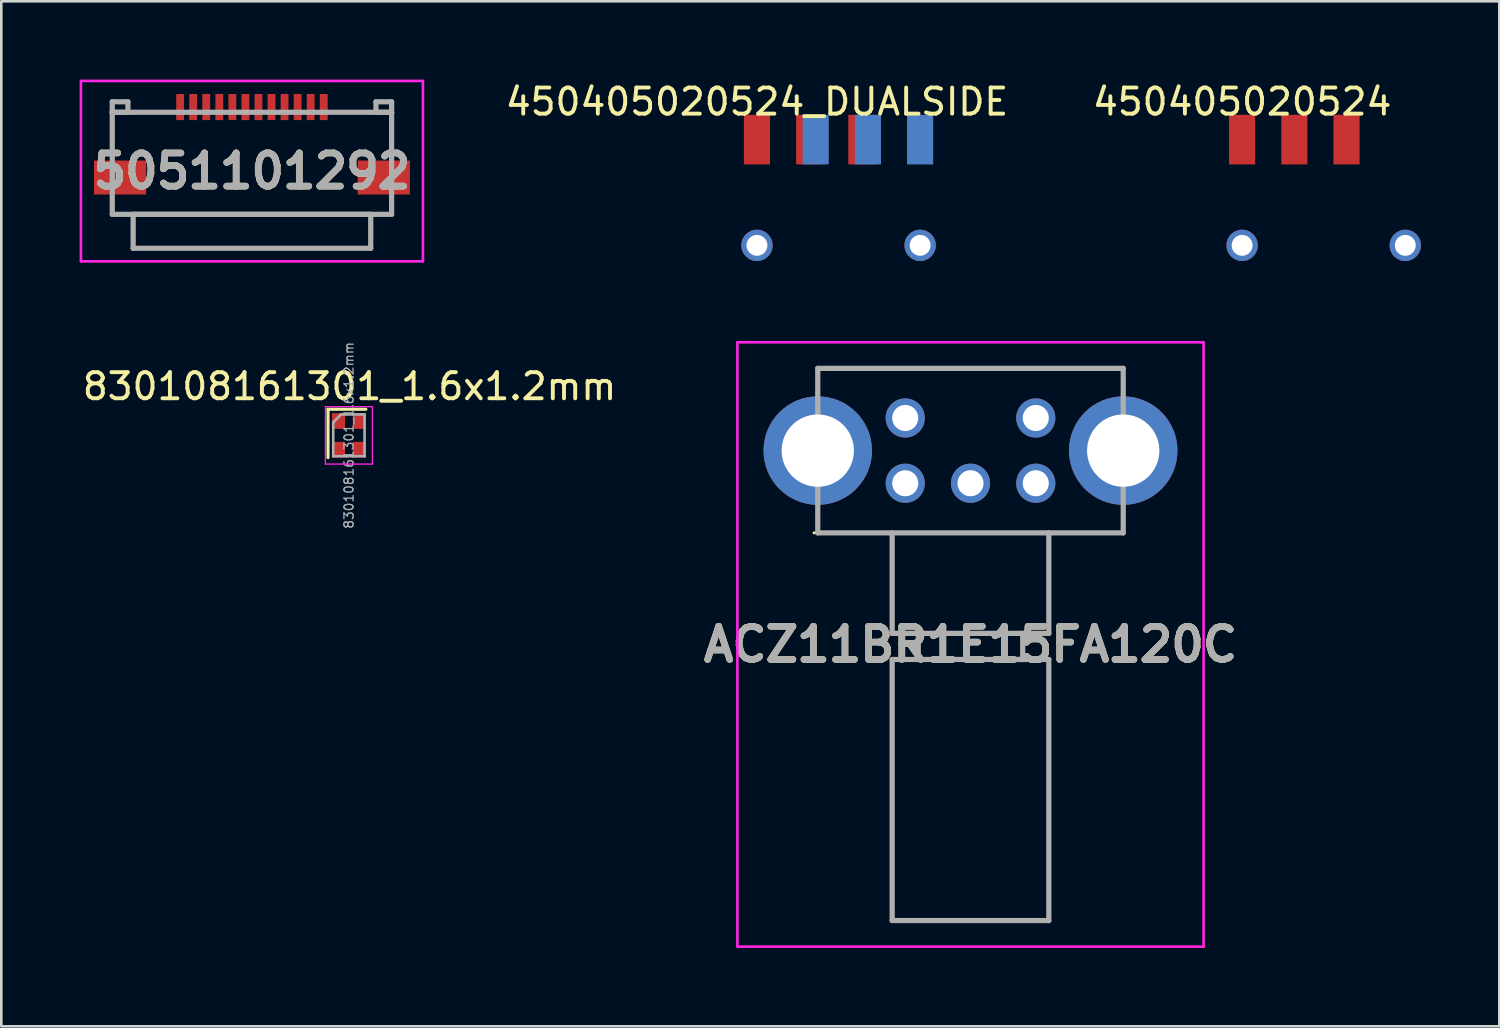
<source format=kicad_pcb>
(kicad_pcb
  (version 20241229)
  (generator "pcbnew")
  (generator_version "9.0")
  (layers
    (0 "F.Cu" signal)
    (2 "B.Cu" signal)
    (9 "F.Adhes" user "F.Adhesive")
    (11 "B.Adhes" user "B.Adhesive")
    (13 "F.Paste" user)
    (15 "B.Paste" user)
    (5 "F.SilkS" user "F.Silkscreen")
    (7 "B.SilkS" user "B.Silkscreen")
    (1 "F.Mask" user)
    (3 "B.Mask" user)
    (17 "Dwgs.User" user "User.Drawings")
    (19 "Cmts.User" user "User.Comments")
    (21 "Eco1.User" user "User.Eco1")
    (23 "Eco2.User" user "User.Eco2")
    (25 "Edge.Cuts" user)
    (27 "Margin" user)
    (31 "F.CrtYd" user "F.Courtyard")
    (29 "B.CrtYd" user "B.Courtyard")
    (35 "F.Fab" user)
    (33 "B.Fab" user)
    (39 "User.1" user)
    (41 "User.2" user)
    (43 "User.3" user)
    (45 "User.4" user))
  (footprint "5051101292"
    (layer "F.Cu")
    (at 6.6 3.505)
    (property "Reference" "5051101292" (at 0 0 0) (layer "F.SilkS") (effects (font (size 1.27 1.27) (thickness 0.254))))
    (attr smd)
    (fp_line (start -5.35 -2.255) (end -5.35 -0.755) (stroke (width 0.1) (type solid)) (layer "F.SilkS"))
    (fp_line (start -5.35 1.245) (end -5.35 1.655) (stroke (width 0.1) (type solid)) (layer "F.SilkS"))
    (fp_line (start -5.35 1.655) (end 5.35 1.655) (stroke (width 0.1) (type solid)) (layer "F.SilkS"))
    (fp_line (start -3.5 -2.255) (end -5.35 -2.255) (stroke (width 0.1) (type solid)) (layer "F.SilkS"))
    (fp_line (start 3.5 -2.255) (end 5.35 -2.255) (stroke (width 0.1) (type solid)) (layer "F.SilkS"))
    (fp_line (start 5.35 -2.255) (end 5.35 -0.755) (stroke (width 0.1) (type solid)) (layer "F.SilkS"))
    (fp_line (start 5.35 1.655) (end 5.35 1.245) (stroke (width 0.1) (type solid)) (layer "F.SilkS"))
    (fp_line (start -6.55 -3.455) (end 6.55 -3.455) (stroke (width 0.1) (type solid)) (layer "F.CrtYd"))
    (fp_line (start -6.55 3.455) (end -6.55 -3.455) (stroke (width 0.1) (type solid)) (layer "F.CrtYd"))
    (fp_line (start 6.55 -3.455) (end 6.55 3.455) (stroke (width 0.1) (type solid)) (layer "F.CrtYd"))
    (fp_line (start 6.55 3.455) (end -6.55 3.455) (stroke (width 0.1) (type solid)) (layer "F.CrtYd"))
    (fp_line (start -5.35 -2.655) (end -5.35 -2.255) (stroke (width 0.2) (type solid)) (layer "F.Fab"))
    (fp_line (start -5.35 -2.255) (end -4.75 -2.255) (stroke (width 0.2) (type solid)) (layer "F.Fab"))
    (fp_line (start -5.35 -2.255) (end 5.35 -2.255) (stroke (width 0.2) (type solid)) (layer "F.Fab"))
    (fp_line (start -5.35 1.655) (end -5.35 -2.255) (stroke (width 0.2) (type solid)) (layer "F.Fab"))
    (fp_line (start -4.75 -2.655) (end -5.35 -2.655) (stroke (width 0.2) (type solid)) (layer "F.Fab"))
    (fp_line (start -4.75 -2.255) (end -4.75 -2.655) (stroke (width 0.2) (type solid)) (layer "F.Fab"))
    (fp_line (start -4.55 1.655) (end 4.55 1.655) (stroke (width 0.2) (type solid)) (layer "F.Fab"))
    (fp_line (start -4.55 2.955) (end -4.55 1.655) (stroke (width 0.2) (type solid)) (layer "F.Fab"))
    (fp_line (start 4.55 1.655) (end 4.55 2.955) (stroke (width 0.2) (type solid)) (layer "F.Fab"))
    (fp_line (start 4.55 2.955) (end -4.55 2.955) (stroke (width 0.2) (type solid)) (layer "F.Fab"))
    (fp_line (start 4.75 -2.655) (end 5.35 -2.655) (stroke (width 0.2) (type solid)) (layer "F.Fab"))
    (fp_line (start 4.75 -2.255) (end 4.75 -2.655) (stroke (width 0.2) (type solid)) (layer "F.Fab"))
    (fp_line (start 5.35 -2.655) (end 5.35 -2.255) (stroke (width 0.2) (type solid)) (layer "F.Fab"))
    (fp_line (start 5.35 -2.255) (end 4.75 -2.255) (stroke (width 0.2) (type solid)) (layer "F.Fab"))
    (fp_line (start 5.35 -2.255) (end 5.35 1.655) (stroke (width 0.2) (type solid)) (layer "F.Fab"))
    (fp_line (start 5.35 1.655) (end -5.35 1.655) (stroke (width 0.2) (type solid)) (layer "F.Fab"))
    (fp_text user "${REFERENCE}" (at 0 0 0) (layer "F.Fab") (effects (font (size 1.27 1.27) (thickness 0.254))))
    (pad "1" smd rect (at -2.75 -2.455) (size 0.3 1) (layers "F.Cu" "F.Mask" "F.Paste"))
    (pad "2" smd rect (at -2.25 -2.455) (size 0.3 1) (layers "F.Cu" "F.Mask" "F.Paste"))
    (pad "3" smd rect (at -1.75 -2.455) (size 0.3 1) (layers "F.Cu" "F.Mask" "F.Paste"))
    (pad "4" smd rect (at -1.25 -2.455) (size 0.3 1) (layers "F.Cu" "F.Mask" "F.Paste"))
    (pad "5" smd rect (at -0.75 -2.455) (size 0.3 1) (layers "F.Cu" "F.Mask" "F.Paste"))
    (pad "6" smd rect (at -0.25 -2.455) (size 0.3 1) (layers "F.Cu" "F.Mask" "F.Paste"))
    (pad "7" smd rect (at 0.25 -2.455) (size 0.3 1) (layers "F.Cu" "F.Mask" "F.Paste"))
    (pad "8" smd rect (at 0.75 -2.455) (size 0.3 1) (layers "F.Cu" "F.Mask" "F.Paste"))
    (pad "9" smd rect (at 1.25 -2.455) (size 0.3 1) (layers "F.Cu" "F.Mask" "F.Paste"))
    (pad "10" smd rect (at 1.75 -2.455) (size 0.3 1) (layers "F.Cu" "F.Mask" "F.Paste"))
    (pad "11" smd rect (at 2.25 -2.455) (size 0.3 1) (layers "F.Cu" "F.Mask" "F.Paste"))
    (pad "12" smd rect (at 2.75 -2.455) (size 0.3 1) (layers "F.Cu" "F.Mask" "F.Paste"))
    (pad "MP1" smd rect (at -5.05 0.245 90) (size 1.3 2) (layers "F.Cu" "F.Mask" "F.Paste"))
    (pad "MP2" smd rect (at 5.05 0.245 90) (size 1.3 2) (layers "F.Cu" "F.Mask" "F.Paste")))
  (footprint "450405020524_DUALSIDE"
    (layer "F.Cu")
    (at 25.944 3.248)
    (property "Reference" "450405020524_DUALSIDE" (at 0 -2.4 0) (unlocked yes) (layer "F.SilkS") (effects (font (size 1 1) (thickness 0.15))))
    (attr smd)
    (pad "1" smd rect (at 0 -0.95) (size 1 1.9) (layers "F.Cu" "F.Mask" "F.Paste"))
    (pad "1" smd rect (at 6.25 -0.95) (size 1 1.9) (layers "B.Cu" "B.Mask" "B.Paste"))
    (pad "2" smd rect (at 2 -0.95) (size 1 1.9) (layers "F.Cu" "F.Mask" "F.Paste"))
    (pad "2" smd rect (at 4.25 -0.95) (size 1 1.9) (layers "B.Cu" "B.Mask" "B.Paste"))
    (pad "3" smd rect (at 2.25 -0.95) (size 1 1.9) (layers "B.Cu" "B.Mask" "B.Paste"))
    (pad "3" smd rect (at 4 -0.95) (size 1 1.9) (layers "F.Cu" "F.Mask" "F.Paste"))
    (pad "MH" thru_hole circle (at 0 3.1) (size 1.2 1.2) (drill 0.8) (layers "*.Cu" "*.Mask"))
    (pad "MH" thru_hole circle (at 6.25 3.1) (size 1.2 1.2) (drill 0.8) (layers "*.Cu" "*.Mask")))
  (footprint "ACZ11BR1E15FA120C"
    (layer "F.Cu")
    (at 31.623 15.46)
    (property "Reference" "ACZ11BR1E15FA120C" (at 2.5 6.175 0) (layer "F.SilkS") (effects (font (size 1.27 1.27) (thickness 0.254))))
    (attr through_hole)
    (fp_line (start -3.5 1.9) (end 8.35 1.9) (stroke (width 0.1) (type solid)) (layer "F.SilkS"))
    (fp_line (start 8.35 -4.4) (end -3.35 -4.4) (stroke (width 0.1) (type solid)) (layer "F.SilkS"))
    (fp_line (start -6.428 -5.4) (end 11.428 -5.4) (stroke (width 0.1) (type solid)) (layer "F.CrtYd"))
    (fp_line (start -6.428 17.75) (end -6.428 -5.4) (stroke (width 0.1) (type solid)) (layer "F.CrtYd"))
    (fp_line (start 11.428 -5.4) (end 11.428 17.75) (stroke (width 0.1) (type solid)) (layer "F.CrtYd"))
    (fp_line (start 11.428 17.75) (end -6.428 17.75) (stroke (width 0.1) (type solid)) (layer "F.CrtYd"))
    (fp_line (start -3.35 -4.4) (end 8.35 -4.4) (stroke (width 0.2) (type solid)) (layer "F.Fab"))
    (fp_line (start -3.35 1.9) (end -3.35 -4.4) (stroke (width 0.2) (type solid)) (layer "F.Fab"))
    (fp_line (start -0.5 1.9) (end -0.5 5.75) (stroke (width 0.2) (type solid)) (layer "F.Fab"))
    (fp_line (start -0.5 5.75) (end 5.5 5.75) (stroke (width 0.2) (type solid)) (layer "F.Fab"))
    (fp_line (start -0.5 6.75) (end -0.5 16.75) (stroke (width 0.2) (type solid)) (layer "F.Fab"))
    (fp_line (start -0.5 16.75) (end 5.5 16.75) (stroke (width 0.2) (type solid)) (layer "F.Fab"))
    (fp_line (start 0.5 5.75) (end 0.5 6.75) (stroke (width 0.2) (type solid)) (layer "F.Fab"))
    (fp_line (start 0.5 6.75) (end -0.5 6.75) (stroke (width 0.2) (type solid)) (layer "F.Fab"))
    (fp_line (start 0.5 6.75) (end 4.5 6.75) (stroke (width 0.2) (type solid)) (layer "F.Fab"))
    (fp_line (start 4.5 6.75) (end 4.5 5.75) (stroke (width 0.2) (type solid)) (layer "F.Fab"))
    (fp_line (start 5.5 5.75) (end 5.5 1.9) (stroke (width 0.2) (type solid)) (layer "F.Fab"))
    (fp_line (start 5.5 6.75) (end 3.5 6.75) (stroke (width 0.2) (type solid)) (layer "F.Fab"))
    (fp_line (start 5.5 16.75) (end 5.5 6.75) (stroke (width 0.2) (type solid)) (layer "F.Fab"))
    (fp_line (start 8.35 -4.4) (end 8.35 1.9) (stroke (width 0.2) (type solid)) (layer "F.Fab"))
    (fp_line (start 8.35 1.9) (end -3.35 1.9) (stroke (width 0.2) (type solid)) (layer "F.Fab"))
    (fp_text user "${REFERENCE}" (at 2.5 6.175 0) (layer "F.Fab") (effects (font (size 1.27 1.27) (thickness 0.254))))
    (pad "A" thru_hole circle (at 0 0) (size 1.5 1.5) (drill 1) (layers "*.Cu" "*.Mask"))
    (pad "B" thru_hole circle (at 5 0) (size 1.5 1.5) (drill 1) (layers "*.Cu" "*.Mask"))
    (pad "C" thru_hole circle (at 2.5 0) (size 1.5 1.5) (drill 1) (layers "*.Cu" "*.Mask"))
    (pad "MH1" thru_hole circle (at -3.35 -1.25) (size 4.155 4.155) (drill 2.77) (layers "*.Cu" "*.Mask"))
    (pad "MH2" thru_hole circle (at 8.35 -1.25) (size 4.155 4.155) (drill 2.77) (layers "*.Cu" "*.Mask"))
    (pad "S1" thru_hole circle (at 0 -2.5) (size 1.5 1.5) (drill 1) (layers "*.Cu" "*.Mask"))
    (pad "S2" thru_hole circle (at 5 -2.5) (size 1.5 1.5) (drill 1) (layers "*.Cu" "*.Mask")))
  (footprint "450405020524"
    (layer "F.Cu")
    (at 44.527 3.248)
    (property "Reference" "450405020524" (at 0 -2.4 0) (unlocked yes) (layer "F.SilkS") (effects (font (size 1 1) (thickness 0.15))))
    (attr smd)
    (pad "1" smd rect (at 0 -0.95) (size 1 1.9) (layers "F.Cu" "F.Mask" "F.Paste"))
    (pad "2" smd rect (at 2 -0.95) (size 1 1.9) (layers "F.Cu" "F.Mask" "F.Paste"))
    (pad "3" smd rect (at 4 -0.95) (size 1 1.9) (layers "F.Cu" "F.Mask" "F.Paste"))
    (pad "MH" thru_hole circle (at 0 3.1) (size 1.2 1.2) (drill 0.8) (layers "*.Cu" "*.Mask"))
    (pad "MH" thru_hole circle (at 6.25 3.1) (size 1.2 1.2) (drill 0.8) (layers "*.Cu" "*.Mask")))
  (footprint "830108161301_1.6x1.2mm"
    (layer "F.Cu")
    (at 10.314 13.625)
    (property "Reference" "830108161301_1.6x1.2mm" (at 0.025 -1.875 0) (layer "F.SilkS") (effects (font (size 1 1) (thickness 0.15))))
    (attr smd)
    (fp_line (start -0.8 -1) (end -0.8 0.85) (stroke (width 0.12) (type solid)) (layer "F.SilkS"))
    (fp_line (start 0.65 -1) (end -0.8 -1) (stroke (width 0.12) (type solid)) (layer "F.SilkS"))
    (fp_line (start -0.9 -1.1) (end -0.9 1.1) (stroke (width 0.05) (type solid)) (layer "F.CrtYd"))
    (fp_line (start -0.9 1.1) (end 0.9 1.1) (stroke (width 0.05) (type solid)) (layer "F.CrtYd"))
    (fp_line (start 0.9 -1.1) (end -0.9 -1.1) (stroke (width 0.05) (type solid)) (layer "F.CrtYd"))
    (fp_line (start 0.9 1.1) (end 0.9 -1.1) (stroke (width 0.05) (type solid)) (layer "F.CrtYd"))
    (fp_line (start -0.6 0.8) (end -0.6 -0.5) (stroke (width 0.1) (type solid)) (layer "F.Fab"))
    (fp_line (start -0.3 -0.8) (end -0.6 -0.5) (stroke (width 0.1) (type solid)) (layer "F.Fab"))
    (fp_line (start -0.3 -0.8) (end 0.6 -0.8) (stroke (width 0.1) (type solid)) (layer "F.Fab"))
    (fp_line (start 0.6 -0.8) (end 0.6 0.8) (stroke (width 0.1) (type solid)) (layer "F.Fab"))
    (fp_line (start 0.6 0.8) (end -0.6 0.8) (stroke (width 0.1) (type solid)) (layer "F.Fab"))
    (fp_text user "${REFERENCE}" (at 0 0 270) (layer "F.Fab") (effects (font (size 0.35 0.35) (thickness 0.05))))
    (pad "1" smd rect (at -0.4 -0.55) (size 0.5 0.6) (layers "F.Cu" "F.Mask" "F.Paste"))
    (pad "2" smd rect (at -0.4 0.55) (size 0.5 0.6) (layers "F.Cu" "F.Mask" "F.Paste"))
    (pad "3" smd rect (at 0.4 0.55) (size 0.5 0.6) (layers "F.Cu" "F.Mask" "F.Paste"))
    (pad "4" smd rect (at 0.4 -0.55) (size 0.5 0.6) (layers "F.Cu" "F.Mask" "F.Paste")))
  (gr_rect
    (start -3 -3)
    (end 54.377 36.26)
    (stroke (width 0.1) (type default))
    (fill no)
    (layer "Edge.Cuts")))
</source>
